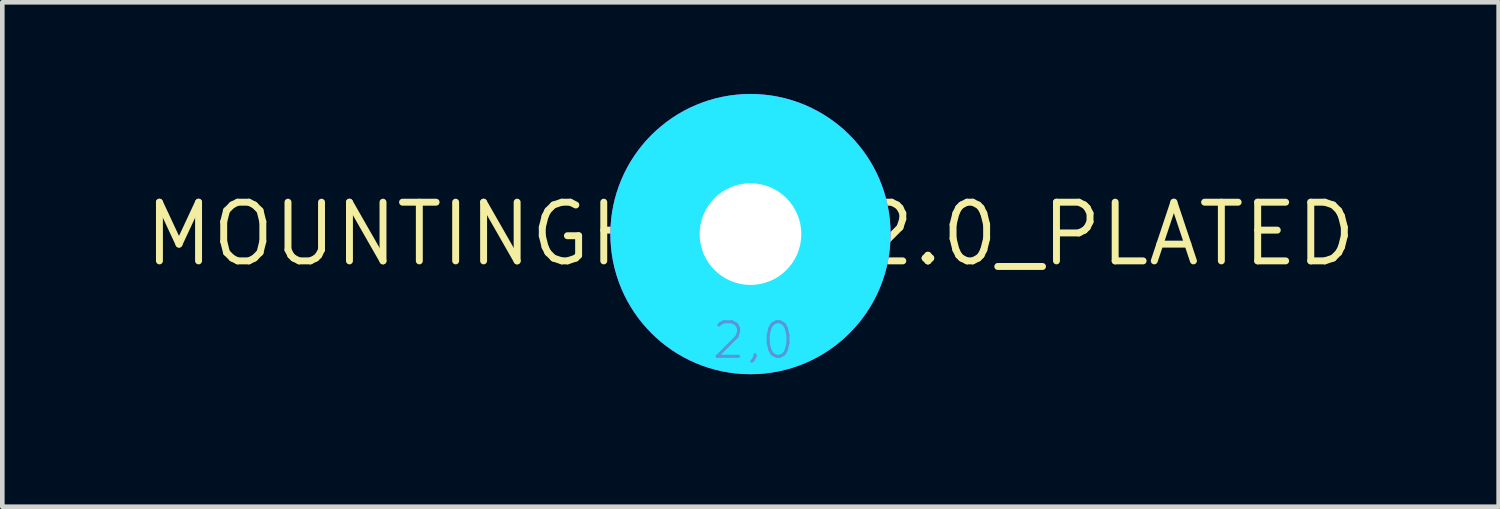
<source format=kicad_pcb>
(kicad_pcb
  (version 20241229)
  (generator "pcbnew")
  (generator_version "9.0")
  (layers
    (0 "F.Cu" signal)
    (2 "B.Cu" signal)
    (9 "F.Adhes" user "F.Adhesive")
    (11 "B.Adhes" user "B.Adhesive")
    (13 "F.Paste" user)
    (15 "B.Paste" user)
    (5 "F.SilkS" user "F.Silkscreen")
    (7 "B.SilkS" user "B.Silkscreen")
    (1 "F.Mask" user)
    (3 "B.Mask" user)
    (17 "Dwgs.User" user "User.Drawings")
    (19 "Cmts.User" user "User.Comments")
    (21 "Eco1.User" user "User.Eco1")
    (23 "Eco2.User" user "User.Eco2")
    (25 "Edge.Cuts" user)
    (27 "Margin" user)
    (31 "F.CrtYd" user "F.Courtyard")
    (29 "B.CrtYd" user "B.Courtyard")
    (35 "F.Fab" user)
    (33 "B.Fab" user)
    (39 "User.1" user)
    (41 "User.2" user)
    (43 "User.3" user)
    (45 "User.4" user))
  (footprint "MOUNTINGHOLE_2.0_PLATED"
    (layer "F.Cu")
    (at 13.191 2.016)
    (property "Reference" "MOUNTINGHOLE_2.0_PLATED" (at 0 0 0) (layer "F.SilkS") (effects (font (size 1.27 1.27) (thickness 0.15))))
    (fp_circle (center 0 0) (end 1.8 0) (stroke (width 0.203) (type solid)) (fill no) (layer "F.SilkS"))
    (fp_circle (center 0 0) (end 1 0) (stroke (width 2.032) (type solid)) (fill no) (layer "B.CrtYd"))
    (fp_circle (center 0 0) (end 1 0) (stroke (width 2.032) (type solid)) (fill no) (layer "F.CrtYd"))
    (fp_text user "2,0" (at -0.87 2.74 0) (layer "Cmts.User") (effects (font (size 0.748 0.748) (thickness 0.065)) (justify left bottom)))
    (pad "P$1" thru_hole circle (at 0 0) (size 3 3) (drill 2.2) (layers "*.Cu" "*.Mask"))
    (zone (net_name "") (layer "F.Cu") (hatch edge 0.5) (connect_pads) (min_thickness 0.25) (filled_areas_thickness no) (keepout (tracks not_allowed) (vias not_allowed) (pads not_allowed) (copperpour not_allowed) (footprints allowed)) (placement (enabled no)) (fill) (polygon (pts (xy 15.207 2.016) (xy 15.187 1.735) (xy 15.129 1.46) (xy 15.033 1.196) (xy 14.901 0.948) (xy 14.735 0.72) (xy 14.54 0.518) (xy 14.318 0.345) (xy 14.075 0.204) (xy 13.814 0.099) (xy 13.541 0.031) (xy 13.261 0.001) (xy 12.98 0.011) (xy 12.703 0.06) (xy 12.436 0.147) (xy 12.183 0.27) (xy 11.95 0.427) (xy 11.741 0.616) (xy 11.56 0.831) (xy 11.411 1.07) (xy 11.297 1.326) (xy 11.219 1.597) (xy 11.18 1.875) (xy 11.18 2.157) (xy 11.219 2.435) (xy 11.297 2.706) (xy 11.411 2.962) (xy 11.56 3.201) (xy 11.741 3.416) (xy 11.95 3.605) (xy 12.183 3.762) (xy 12.436 3.885) (xy 12.703 3.972) (xy 12.98 4.021) (xy 13.261 4.031) (xy 13.541 4.001) (xy 13.814 3.933) (xy 14.075 3.828) (xy 14.318 3.687) (xy 14.54 3.514) (xy 14.735 3.312) (xy 14.901 3.084) (xy 15.033 2.836) (xy 15.129 2.572) (xy 15.187 2.297))) (polygon (pts (xy 13.175 2.016) (xy 13.18 2.027) (xy 13.191 2.032) (xy 13.202 2.027) (xy 13.207 2.016) (xy 13.202 2.005) (xy 13.191 2) (xy 13.18 2.005))))
    (zone (net_name "") (layers "F.Cu" "B.Cu") (hatch edge 0.5) (connect_pads) (min_thickness 0.25) (filled_areas_thickness no) (keepout (tracks allowed) (vias not_allowed) (pads allowed) (copperpour allowed) (footprints allowed)) (placement (enabled no)) (fill) (polygon (pts (xy 15.207 2.016) (xy 15.187 1.735) (xy 15.129 1.46) (xy 15.033 1.196) (xy 14.901 0.948) (xy 14.735 0.72) (xy 14.54 0.518) (xy 14.318 0.345) (xy 14.075 0.204) (xy 13.814 0.099) (xy 13.541 0.031) (xy 13.261 0.001) (xy 12.98 0.011) (xy 12.703 0.06) (xy 12.436 0.147) (xy 12.183 0.27) (xy 11.95 0.427) (xy 11.741 0.616) (xy 11.56 0.831) (xy 11.411 1.07) (xy 11.297 1.326) (xy 11.219 1.597) (xy 11.18 1.875) (xy 11.18 2.157) (xy 11.219 2.435) (xy 11.297 2.706) (xy 11.411 2.962) (xy 11.56 3.201) (xy 11.741 3.416) (xy 11.95 3.605) (xy 12.183 3.762) (xy 12.436 3.885) (xy 12.703 3.972) (xy 12.98 4.021) (xy 13.261 4.031) (xy 13.541 4.001) (xy 13.814 3.933) (xy 14.075 3.828) (xy 14.318 3.687) (xy 14.54 3.514) (xy 14.735 3.312) (xy 14.901 3.084) (xy 15.033 2.836) (xy 15.129 2.572) (xy 15.187 2.297))) (polygon (pts (xy 13.175 2.016) (xy 13.18 2.027) (xy 13.191 2.032) (xy 13.202 2.027) (xy 13.207 2.016) (xy 13.202 2.005) (xy 13.191 2) (xy 13.18 2.005))))
    (zone (net_name "") (layer "B.Cu") (hatch edge 0.5) (connect_pads) (min_thickness 0.25) (filled_areas_thickness no) (keepout (tracks not_allowed) (vias not_allowed) (pads not_allowed) (copperpour not_allowed) (footprints allowed)) (placement (enabled no)) (fill) (polygon (pts (xy 15.207 2.016) (xy 15.187 1.735) (xy 15.129 1.46) (xy 15.033 1.196) (xy 14.901 0.948) (xy 14.735 0.72) (xy 14.54 0.518) (xy 14.318 0.345) (xy 14.075 0.204) (xy 13.814 0.099) (xy 13.541 0.031) (xy 13.261 0.001) (xy 12.98 0.011) (xy 12.703 0.06) (xy 12.436 0.147) (xy 12.183 0.27) (xy 11.95 0.427) (xy 11.741 0.616) (xy 11.56 0.831) (xy 11.411 1.07) (xy 11.297 1.326) (xy 11.219 1.597) (xy 11.18 1.875) (xy 11.18 2.157) (xy 11.219 2.435) (xy 11.297 2.706) (xy 11.411 2.962) (xy 11.56 3.201) (xy 11.741 3.416) (xy 11.95 3.605) (xy 12.183 3.762) (xy 12.436 3.885) (xy 12.703 3.972) (xy 12.98 4.021) (xy 13.261 4.031) (xy 13.541 4.001) (xy 13.814 3.933) (xy 14.075 3.828) (xy 14.318 3.687) (xy 14.54 3.514) (xy 14.735 3.312) (xy 14.901 3.084) (xy 15.033 2.836) (xy 15.129 2.572) (xy 15.187 2.297))) (polygon (pts (xy 13.175 2.016) (xy 13.18 2.027) (xy 13.191 2.032) (xy 13.202 2.027) (xy 13.207 2.016) (xy 13.202 2.005) (xy 13.191 2) (xy 13.18 2.005)))))
  (gr_rect
    (start -3 -3)
    (end 29.382 7.916)
    (stroke (width 0.1) (type default))
    (fill no)
    (layer "Edge.Cuts")))
</source>
